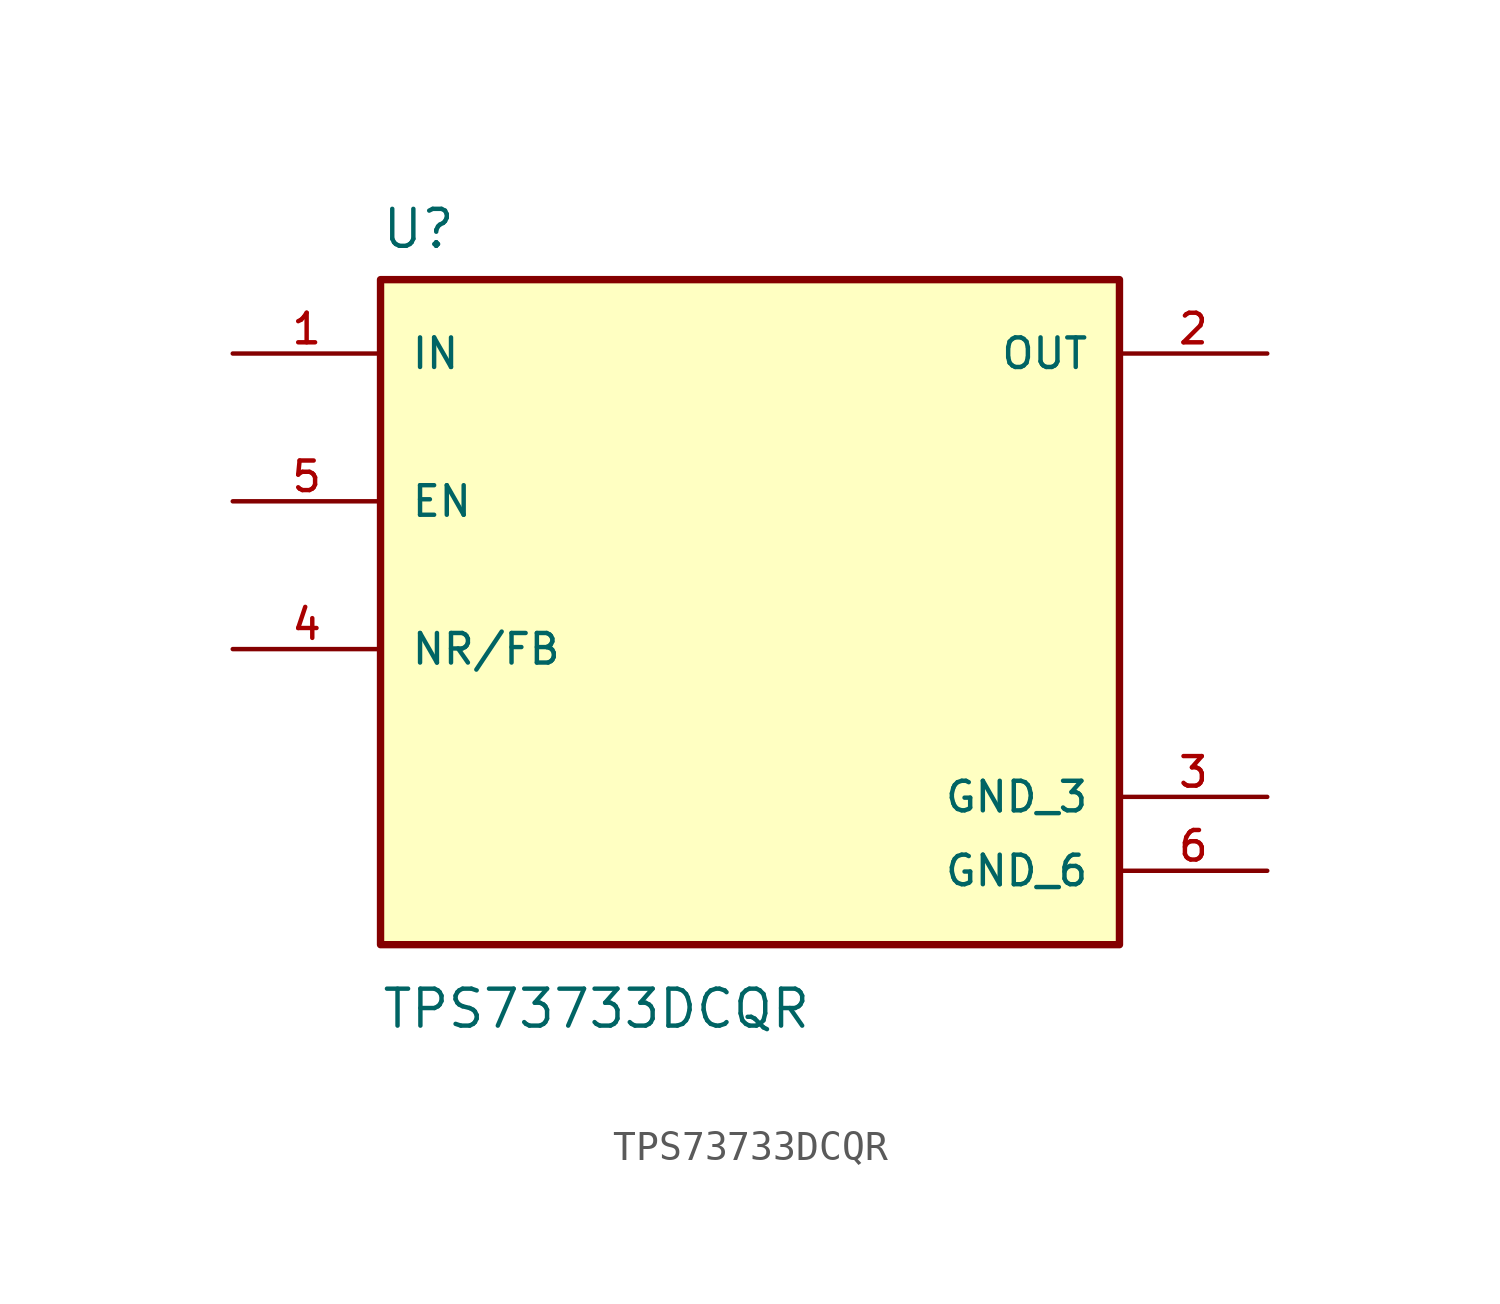
<source format=kicad_sym>
(kicad_symbol_lib
  (version 20211014)
  (generator kicad_symbol_editor)
  (symbol "TPS73733DCQR"
    (pin_names
      (offset 1.016))
    (property "Reference" "U"
      (at -12.7 11.16 0.0)
      (effects (font (size 1.27 1.27)) (justify bottom left)))
    (property "Value" "TPS73733DCQR"
      (at -12.7 -14.16 0.0)
      (effects (font (size 1.27 1.27)) (justify top left)))
    (symbol "TPS73733DCQR_0_0"
      (rectangle (start -12.7 -12.7) (end 12.7 10.16) (stroke (width 0.254)) (fill (type background)))
      (pin input line (at -17.78 7.62 0) (length 5.08) (name "IN" (effects (font (size 1.016 1.016)))) (number "1" (effects (font (size 1.016 1.016)))))
      (pin input line (at -17.78 2.54 0) (length 5.08) (name "EN" (effects (font (size 1.016 1.016)))) (number "5" (effects (font (size 1.016 1.016)))))
      (pin bidirectional line (at -17.78 -2.54 0) (length 5.08) (name "NR/FB" (effects (font (size 1.016 1.016)))) (number "4" (effects (font (size 1.016 1.016)))))
      (pin output line (at 17.78 7.62 180.0) (length 5.08) (name "OUT" (effects (font (size 1.016 1.016)))) (number "2" (effects (font (size 1.016 1.016)))))
      (pin power_in line (at 17.78 -7.62 180.0) (length 5.08) (name "GND_3" (effects (font (size 1.016 1.016)))) (number "3" (effects (font (size 1.016 1.016)))))
      (pin power_in line (at 17.78 -10.16 180.0) (length 5.08) (name "GND_6" (effects (font (size 1.016 1.016)))) (number "6" (effects (font (size 1.016 1.016))))))))
</source>
